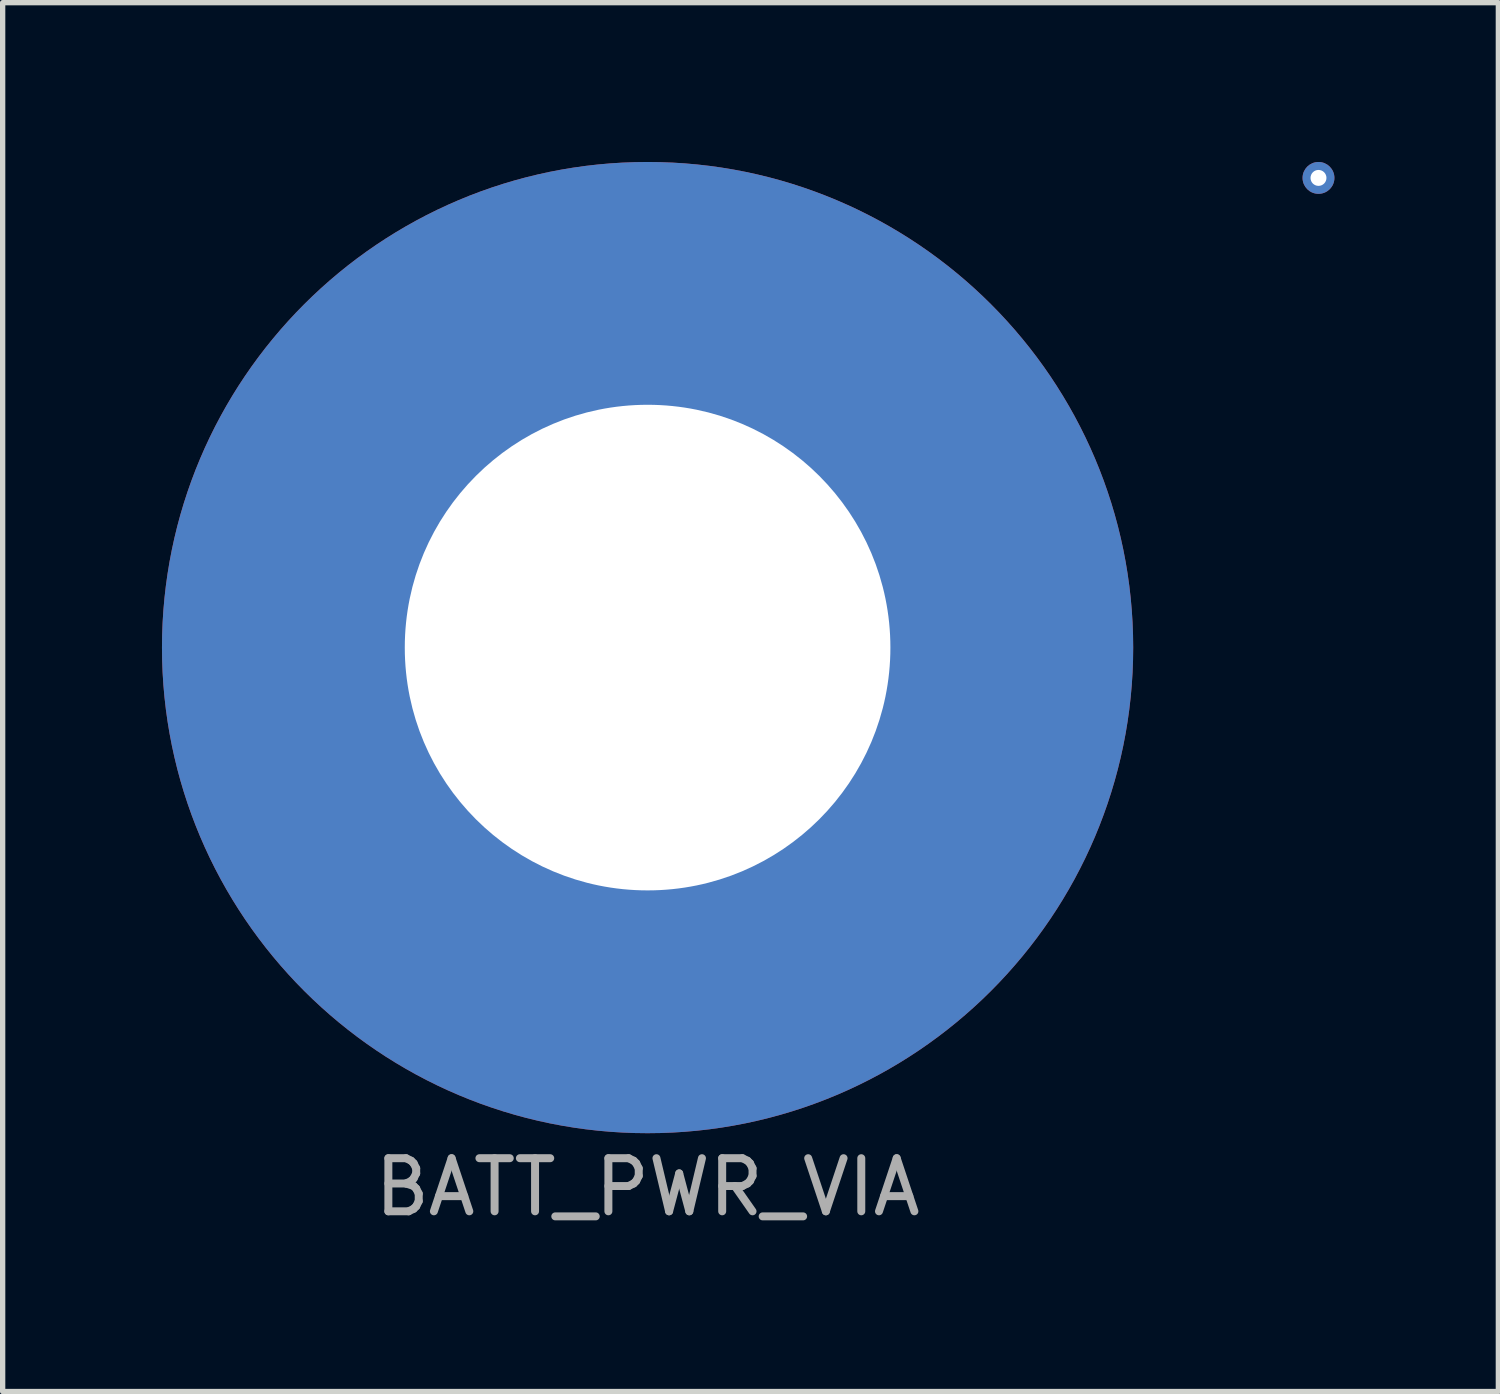
<source format=kicad_pcb>
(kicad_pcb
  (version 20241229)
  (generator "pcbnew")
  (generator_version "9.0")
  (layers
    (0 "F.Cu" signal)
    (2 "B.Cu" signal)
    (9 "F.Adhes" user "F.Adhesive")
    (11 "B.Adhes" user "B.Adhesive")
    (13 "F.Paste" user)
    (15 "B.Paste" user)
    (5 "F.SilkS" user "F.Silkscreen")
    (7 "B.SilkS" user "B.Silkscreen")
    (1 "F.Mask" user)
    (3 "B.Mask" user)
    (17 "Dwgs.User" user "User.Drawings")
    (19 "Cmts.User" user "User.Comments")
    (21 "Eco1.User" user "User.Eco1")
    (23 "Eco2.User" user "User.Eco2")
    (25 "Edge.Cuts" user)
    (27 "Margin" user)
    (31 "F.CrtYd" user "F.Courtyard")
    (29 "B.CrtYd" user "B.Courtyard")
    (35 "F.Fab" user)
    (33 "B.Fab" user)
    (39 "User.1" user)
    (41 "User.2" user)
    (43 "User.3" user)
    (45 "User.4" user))
  (footprint "Via_.6mm"
    (layer "F.Cu")
    (at 21.777 0.3)
    (property "Reference" "Via_.6mm" (at -0.051 -0.051 0) (layer "F.SilkS") (effects (font (size 0.127 0.127) (thickness 0.000003))))
    (attr through_hole)
    (pad "1" thru_hole circle (at 0 0) (size 0.6 0.6) (drill 0.3) (layers "*.Cu")))
  (footprint "BATT_PWR_VIA"
    (layer "F.Cu")
    (at 9.144 9.144)
    (property "Reference" "BATT_PWR_VIA" (at 0 10.16 0) (layer "F.Fab") (effects (font (size 1 1) (thickness 0.15))))
    (attr through_hole)
    (pad "1" thru_hole circle (at 0 0) (size 18.288 18.288) (drill 9.144) (layers "*.Cu")))
  (gr_rect
    (start -3 -3)
    (end 25.164 23.152)
    (stroke (width 0.1) (type default))
    (fill no)
    (layer "Edge.Cuts")))
</source>
